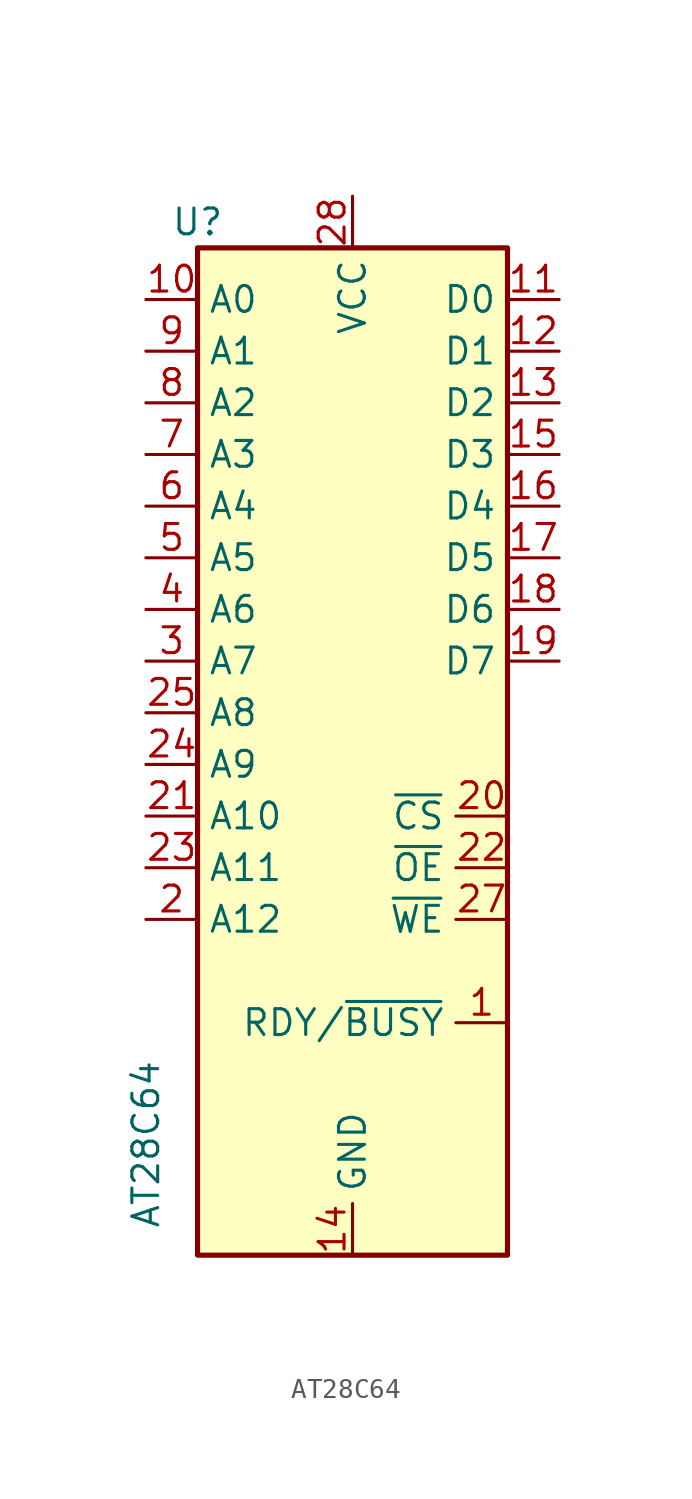
<source format=kicad_sym>
(kicad_symbol_lib
  (version 20231120)
  (generator "kicad_symbol_editor")
  (generator_version "8.0")
  (symbol "AT28C64"
    (property "Reference" "U"
      (at -7.62 26.67 0)
      (effects (font (size 1.27 1.27))))
    (property "Value" "AT28C64"
      (at -10.16 -22.86 90)
      (effects (font (size 1.27 1.27)) (justify left)))
    (symbol "AT28C64_1_1"
      (rectangle (start -7.62 25.4) (end 7.62 -24.13) (stroke (width 0.254) (type default)) (fill (type background)))
      (pin output line (at 7.62 -12.7 180) (length 2.54) (name "RDY/~{BUSY}" (effects (font (size 1.27 1.27)))) (number "1" (effects (font (size 1.27 1.27)))))
      (pin input line (at -10.16 22.86 0) (length 2.54) (name "A0" (effects (font (size 1.27 1.27)))) (number "10" (effects (font (size 1.27 1.27)))))
      (pin tri_state line (at 10.16 22.86 180) (length 2.54) (name "D0" (effects (font (size 1.27 1.27)))) (number "11" (effects (font (size 1.27 1.27)))))
      (pin tri_state line (at 10.16 20.32 180) (length 2.54) (name "D1" (effects (font (size 1.27 1.27)))) (number "12" (effects (font (size 1.27 1.27)))))
      (pin tri_state line (at 10.16 17.78 180) (length 2.54) (name "D2" (effects (font (size 1.27 1.27)))) (number "13" (effects (font (size 1.27 1.27)))))
      (pin power_in line (at 0 -24.13 90) (length 2.54) (name "GND" (effects (font (size 1.27 1.27)))) (number "14" (effects (font (size 1.27 1.27)))))
      (pin tri_state line (at 10.16 15.24 180) (length 2.54) (name "D3" (effects (font (size 1.27 1.27)))) (number "15" (effects (font (size 1.27 1.27)))))
      (pin tri_state line (at 10.16 12.7 180) (length 2.54) (name "D4" (effects (font (size 1.27 1.27)))) (number "16" (effects (font (size 1.27 1.27)))))
      (pin tri_state line (at 10.16 10.16 180) (length 2.54) (name "D5" (effects (font (size 1.27 1.27)))) (number "17" (effects (font (size 1.27 1.27)))))
      (pin tri_state line (at 10.16 7.62 180) (length 2.54) (name "D6" (effects (font (size 1.27 1.27)))) (number "18" (effects (font (size 1.27 1.27)))))
      (pin tri_state line (at 10.16 5.08 180) (length 2.54) (name "D7" (effects (font (size 1.27 1.27)))) (number "19" (effects (font (size 1.27 1.27)))))
      (pin input line (at -10.16 -7.62 0) (length 2.54) (name "A12" (effects (font (size 1.27 1.27)))) (number "2" (effects (font (size 1.27 1.27)))))
      (pin input line (at 7.62 -2.54 180) (length 2.54) (name "~{CS}" (effects (font (size 1.27 1.27)))) (number "20" (effects (font (size 1.27 1.27)))))
      (pin input line (at -10.16 -2.54 0) (length 2.54) (name "A10" (effects (font (size 1.27 1.27)))) (number "21" (effects (font (size 1.27 1.27)))))
      (pin input line (at 7.62 -5.08 180) (length 2.54) (name "~{OE}" (effects (font (size 1.27 1.27)))) (number "22" (effects (font (size 1.27 1.27)))))
      (pin input line (at -10.16 -5.08 0) (length 2.54) (name "A11" (effects (font (size 1.27 1.27)))) (number "23" (effects (font (size 1.27 1.27)))))
      (pin input line (at -10.16 0 0) (length 2.54) (name "A9" (effects (font (size 1.27 1.27)))) (number "24" (effects (font (size 1.27 1.27)))))
      (pin input line (at -10.16 2.54 0) (length 2.54) (name "A8" (effects (font (size 1.27 1.27)))) (number "25" (effects (font (size 1.27 1.27)))))
      (pin input line (at 7.62 -7.62 180) (length 2.54) (name "~{WE}" (effects (font (size 1.27 1.27)))) (number "27" (effects (font (size 1.27 1.27)))))
      (pin power_in line (at 0 27.94 270) (length 2.54) (name "VCC" (effects (font (size 1.27 1.27)))) (number "28" (effects (font (size 1.27 1.27)))))
      (pin input line (at -10.16 5.08 0) (length 2.54) (name "A7" (effects (font (size 1.27 1.27)))) (number "3" (effects (font (size 1.27 1.27)))))
      (pin input line (at -10.16 7.62 0) (length 2.54) (name "A6" (effects (font (size 1.27 1.27)))) (number "4" (effects (font (size 1.27 1.27)))))
      (pin input line (at -10.16 10.16 0) (length 2.54) (name "A5" (effects (font (size 1.27 1.27)))) (number "5" (effects (font (size 1.27 1.27)))))
      (pin input line (at -10.16 12.7 0) (length 2.54) (name "A4" (effects (font (size 1.27 1.27)))) (number "6" (effects (font (size 1.27 1.27)))))
      (pin input line (at -10.16 15.24 0) (length 2.54) (name "A3" (effects (font (size 1.27 1.27)))) (number "7" (effects (font (size 1.27 1.27)))))
      (pin input line (at -10.16 17.78 0) (length 2.54) (name "A2" (effects (font (size 1.27 1.27)))) (number "8" (effects (font (size 1.27 1.27)))))
      (pin input line (at -10.16 20.32 0) (length 2.54) (name "A1" (effects (font (size 1.27 1.27)))) (number "9" (effects (font (size 1.27 1.27))))))))
</source>
